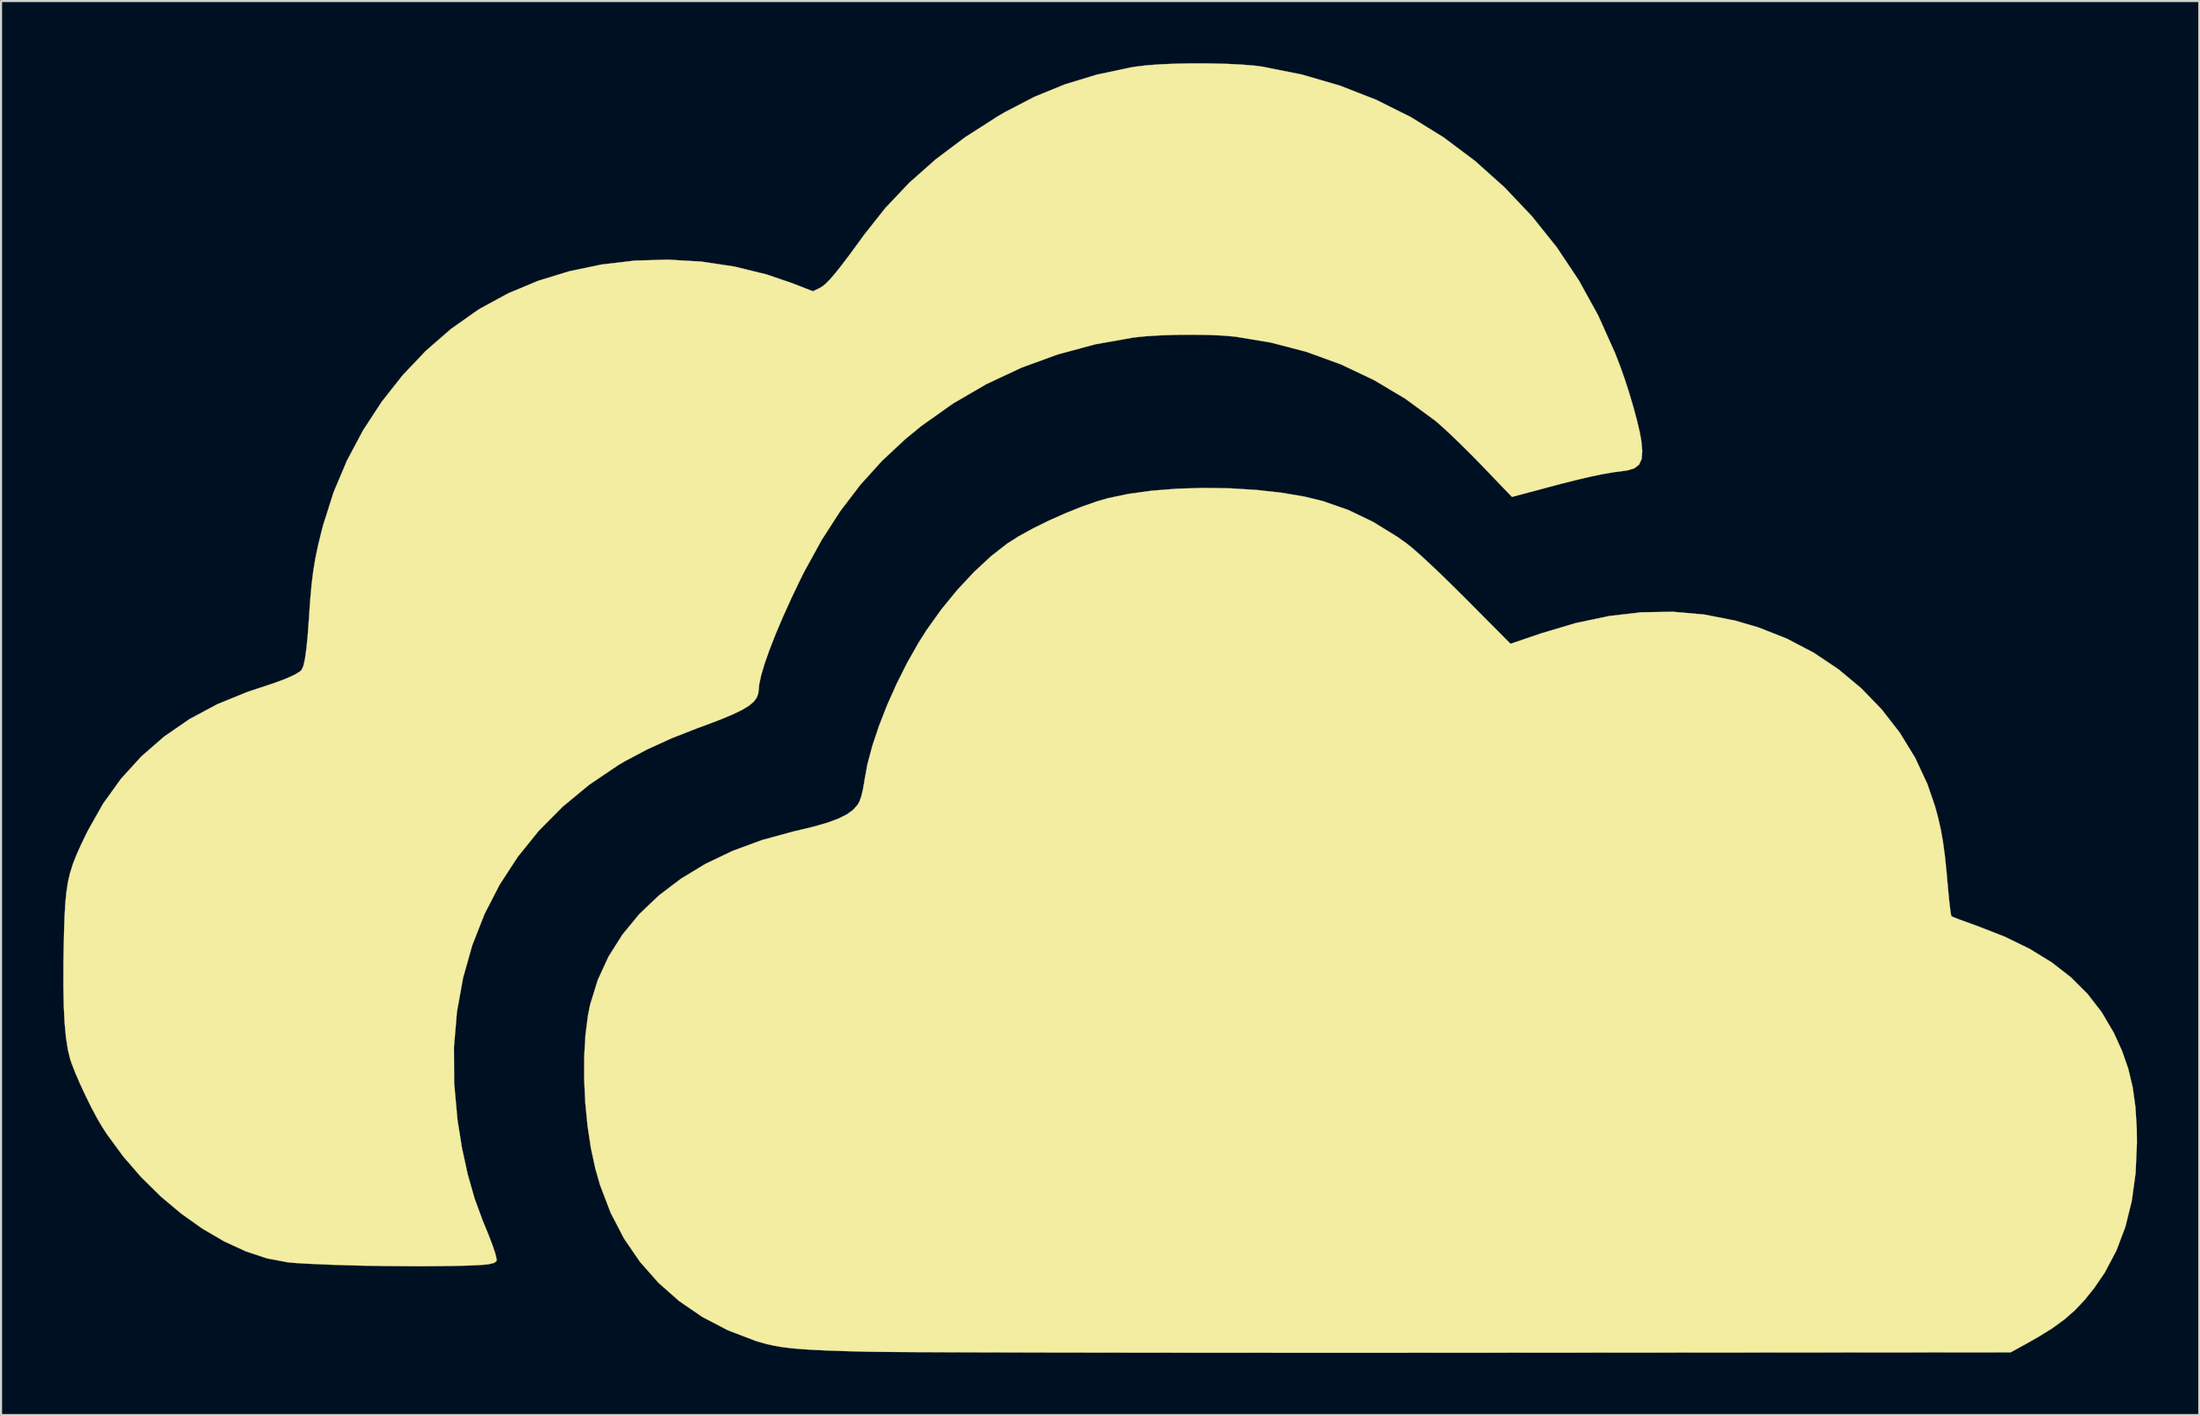
<source format=kicad_pcb>
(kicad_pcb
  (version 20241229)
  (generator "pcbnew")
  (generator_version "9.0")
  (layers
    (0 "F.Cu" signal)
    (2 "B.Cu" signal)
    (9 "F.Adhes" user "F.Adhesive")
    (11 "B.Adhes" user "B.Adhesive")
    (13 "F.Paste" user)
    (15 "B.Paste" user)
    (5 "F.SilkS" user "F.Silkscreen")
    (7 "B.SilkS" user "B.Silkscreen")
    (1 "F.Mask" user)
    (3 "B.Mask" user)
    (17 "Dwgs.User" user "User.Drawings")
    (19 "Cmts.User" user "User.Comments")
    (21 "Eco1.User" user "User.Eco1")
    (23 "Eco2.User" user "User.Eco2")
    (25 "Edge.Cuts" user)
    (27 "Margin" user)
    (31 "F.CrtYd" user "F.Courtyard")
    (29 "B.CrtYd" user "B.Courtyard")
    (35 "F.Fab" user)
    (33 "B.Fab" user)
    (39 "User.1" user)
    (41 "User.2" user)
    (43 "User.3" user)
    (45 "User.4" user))
  (footprint "onedrive_10x10_F"
    (layer "F.Cu")
    (at 49.945 31.04)
    (property "Reference" "onedrive_10x10_F" (at 0 0 0) (layer "F.SilkS") (effects (font (size 1.524 1.524) (thickness 0.3))))
    (attr through_hole)
    (fp_poly (pts (xy 6.29 -10.548) (xy 7.551 -10.471) (xy 8.755 -10.338) (xy 9.867 -10.15) (xy 10.753 -9.934) (xy 11.981 -9.505) (xy 13.176 -8.931) (xy 14.356 -8.203) (xy 14.791 -7.892) (xy 15.069 -7.669) (xy 15.448 -7.337) (xy 15.91 -6.911) (xy 16.442 -6.406) (xy 17.027 -5.836) (xy 17.65 -5.216) (xy 17.667 -5.199) (xy 19.797 -3.054) (xy 21.272 -3.556) (xy 22.934 -4.052) (xy 24.541 -4.391) (xy 26.103 -4.573) (xy 27.628 -4.598) (xy 29.124 -4.466) (xy 30.6 -4.178) (xy 31.737 -3.847) (xy 33.109 -3.306) (xy 34.401 -2.629) (xy 35.601 -1.827) (xy 36.701 -0.909) (xy 37.69 0.114) (xy 38.557 1.231) (xy 39.293 2.433) (xy 39.888 3.709) (xy 40.26 4.794) (xy 40.411 5.356) (xy 40.536 5.913) (xy 40.64 6.503) (xy 40.729 7.163) (xy 40.809 7.932) (xy 40.854 8.446) (xy 40.899 8.947) (xy 40.944 9.388) (xy 40.986 9.742) (xy 41.021 9.982) (xy 41.046 10.082) (xy 41.047 10.082) (xy 41.144 10.126) (xy 41.371 10.215) (xy 41.697 10.335) (xy 42.093 10.477) (xy 42.249 10.533) (xy 43.609 11.064) (xy 44.816 11.652) (xy 45.878 12.304) (xy 46.805 13.025) (xy 47.605 13.824) (xy 48.287 14.706) (xy 48.86 15.68) (xy 48.89 15.739) (xy 49.276 16.591) (xy 49.57 17.441) (xy 49.78 18.324) (xy 49.913 19.275) (xy 49.977 20.33) (xy 49.985 20.997) (xy 49.921 22.459) (xy 49.736 23.808) (xy 49.428 25.053) (xy 48.994 26.201) (xy 48.433 27.262) (xy 47.926 28.005) (xy 47.463 28.581) (xy 46.994 29.078) (xy 46.484 29.523) (xy 45.9 29.947) (xy 45.205 30.377) (xy 44.785 30.615) (xy 43.9 31.104) (xy 17.78 31.122) (xy 15.653 31.123) (xy 13.552 31.124) (xy 11.486 31.124) (xy 9.462 31.124) (xy 7.487 31.123) (xy 5.569 31.122) (xy 3.714 31.121) (xy 1.931 31.119) (xy 0.227 31.117) (xy -1.39 31.114) (xy -2.914 31.112) (xy -4.336 31.108) (xy -5.65 31.105) (xy -6.848 31.101) (xy -7.922 31.097) (xy -8.865 31.093) (xy -9.67 31.088) (xy -10.329 31.083) (xy -10.835 31.078) (xy -11.179 31.073) (xy -11.218 31.072) (xy -12.21 31.046) (xy -13.053 31.018) (xy -13.765 30.986) (xy -14.367 30.949) (xy -14.879 30.903) (xy -15.319 30.848) (xy -15.708 30.781) (xy -16.066 30.7) (xy -16.411 30.604) (xy -16.574 30.554) (xy -17.913 30.042) (xy -19.145 29.4) (xy -20.266 28.632) (xy -21.272 27.742) (xy -22.16 26.734) (xy -22.926 25.612) (xy -23.566 24.38) (xy -24.077 23.041) (xy -24.305 22.246) (xy -24.52 21.251) (xy -24.682 20.176) (xy -24.79 19.057) (xy -24.843 17.929) (xy -24.84 16.829) (xy -24.779 15.792) (xy -24.66 14.855) (xy -24.556 14.341) (xy -24.187 13.148) (xy -23.666 12.02) (xy -22.999 10.964) (xy -22.193 9.984) (xy -21.253 9.086) (xy -20.184 8.274) (xy -18.995 7.553) (xy -17.689 6.929) (xy -16.274 6.407) (xy -14.755 5.992) (xy -14.639 5.966) (xy -13.813 5.768) (xy -13.141 5.575) (xy -12.606 5.38) (xy -12.192 5.174) (xy -11.884 4.952) (xy -11.666 4.705) (xy -11.584 4.566) (xy -11.499 4.335) (xy -11.416 4.002) (xy -11.35 3.63) (xy -11.341 3.565) (xy -11.196 2.762) (xy -10.955 1.861) (xy -10.63 0.89) (xy -10.234 -0.121) (xy -9.779 -1.139) (xy -9.278 -2.137) (xy -8.743 -3.082) (xy -8.349 -3.706) (xy -7.638 -4.702) (xy -6.866 -5.646) (xy -6.059 -6.512) (xy -5.243 -7.27) (xy -4.463 -7.88) (xy -3.899 -8.239) (xy -3.213 -8.616) (xy -2.447 -8.994) (xy -1.644 -9.351) (xy -0.847 -9.67) (xy -0.099 -9.93) (xy 0.388 -10.071) (xy 1.395 -10.282) (xy 2.525 -10.436) (xy 3.741 -10.531) (xy 5.008 -10.568) (xy 6.29 -10.548)) (stroke (width 0.01) (type solid)) (fill yes) (layer "F.SilkS"))
    (fp_poly (pts (xy 5.325 -31.032) (xy 6.124 -31.012) (xy 6.86 -30.975) (xy 7.495 -30.922) (xy 7.857 -30.874) (xy 9.759 -30.492) (xy 11.581 -29.961) (xy 13.323 -29.28) (xy 14.986 -28.45) (xy 16.571 -27.469) (xy 18.08 -26.338) (xy 19.505 -25.063) (xy 20.837 -23.657) (xy 22.031 -22.163) (xy 23.092 -20.573) (xy 24.025 -18.879) (xy 24.836 -17.072) (xy 25.086 -16.425) (xy 25.304 -15.81) (xy 25.518 -15.146) (xy 25.716 -14.476) (xy 25.887 -13.841) (xy 26.019 -13.284) (xy 26.097 -12.868) (xy 26.147 -12.348) (xy 26.116 -11.961) (xy 25.992 -11.69) (xy 25.763 -11.513) (xy 25.42 -11.412) (xy 25.259 -11.389) (xy 24.78 -11.326) (xy 24.267 -11.239) (xy 23.692 -11.121) (xy 23.029 -10.966) (xy 22.249 -10.77) (xy 21.639 -10.609) (xy 19.867 -10.135) (xy 18.4 -11.664) (xy 17.944 -12.131) (xy 17.475 -12.597) (xy 17.023 -13.035) (xy 16.616 -13.417) (xy 16.281 -13.716) (xy 16.149 -13.826) (xy 14.727 -14.869) (xy 13.216 -15.769) (xy 11.627 -16.523) (xy 9.968 -17.127) (xy 8.249 -17.576) (xy 6.519 -17.863) (xy 5.94 -17.913) (xy 5.241 -17.944) (xy 4.469 -17.955) (xy 3.672 -17.948) (xy 2.898 -17.922) (xy 2.196 -17.878) (xy 1.651 -17.822) (xy -0.208 -17.493) (xy -2.019 -17.005) (xy -3.773 -16.364) (xy -5.458 -15.574) (xy -7.064 -14.64) (xy -8.581 -13.566) (xy -9.37 -12.92) (xy -10.501 -11.862) (xy -11.541 -10.711) (xy -12.502 -9.45) (xy -13.397 -8.061) (xy -14.24 -6.527) (xy -14.426 -6.154) (xy -14.864 -5.239) (xy -15.261 -4.36) (xy -15.611 -3.536) (xy -15.906 -2.782) (xy -16.142 -2.115) (xy -16.311 -1.551) (xy -16.407 -1.107) (xy -16.428 -0.884) (xy -16.454 -0.653) (xy -16.535 -0.445) (xy -16.685 -0.249) (xy -16.919 -0.057) (xy -17.251 0.142) (xy -17.695 0.355) (xy -18.266 0.593) (xy -18.979 0.864) (xy -19.389 1.014) (xy -20.621 1.497) (xy -21.789 2.029) (xy -22.848 2.588) (xy -23.199 2.794) (xy -24.607 3.746) (xy -25.885 4.803) (xy -27.031 5.96) (xy -28.041 7.212) (xy -28.914 8.552) (xy -29.646 9.975) (xy -30.235 11.475) (xy -30.679 13.046) (xy -30.974 14.683) (xy -31.118 16.38) (xy -31.109 18.132) (xy -30.949 19.897) (xy -30.734 21.247) (xy -30.457 22.52) (xy -30.125 23.686) (xy -29.747 24.717) (xy -29.745 24.723) (xy -29.464 25.409) (xy -29.257 25.948) (xy -29.125 26.343) (xy -29.065 26.598) (xy -29.068 26.703) (xy -29.185 26.792) (xy -29.445 26.856) (xy -29.565 26.871) (xy -29.94 26.899) (xy -30.461 26.92) (xy -31.104 26.937) (xy -31.846 26.947) (xy -32.662 26.952) (xy -33.53 26.95) (xy -34.425 26.942) (xy -35.325 26.928) (xy -35.814 26.917) (xy -36.497 26.898) (xy -37.167 26.875) (xy -37.795 26.848) (xy -38.349 26.821) (xy -38.798 26.793) (xy -39.111 26.766) (xy -39.129 26.764) (xy -40.13 26.573) (xy -41.161 26.23) (xy -42.205 25.748) (xy -43.246 25.138) (xy -44.268 24.412) (xy -45.255 23.582) (xy -46.191 22.659) (xy -47.06 21.656) (xy -47.845 20.583) (xy -48.077 20.226) (xy -48.317 19.815) (xy -48.587 19.308) (xy -48.864 18.747) (xy -49.129 18.178) (xy -49.362 17.642) (xy -49.54 17.184) (xy -49.609 16.98) (xy -49.724 16.514) (xy -49.813 15.942) (xy -49.879 15.251) (xy -49.921 14.431) (xy -49.94 13.47) (xy -49.938 12.359) (xy -49.928 11.726) (xy -49.908 10.833) (xy -49.883 10.084) (xy -49.847 9.451) (xy -49.794 8.911) (xy -49.721 8.435) (xy -49.62 7.999) (xy -49.488 7.577) (xy -49.319 7.143) (xy -49.108 6.67) (xy -48.849 6.133) (xy -48.769 5.969) (xy -48.027 4.652) (xy -47.164 3.453) (xy -46.181 2.374) (xy -45.08 1.414) (xy -43.862 0.576) (xy -42.529 -0.139) (xy -41.082 -0.73) (xy -40.584 -0.896) (xy -39.837 -1.142) (xy -39.252 -1.359) (xy -38.825 -1.548) (xy -38.552 -1.71) (xy -38.462 -1.793) (xy -38.376 -1.98) (xy -38.298 -2.33) (xy -38.226 -2.844) (xy -38.16 -3.523) (xy -38.102 -4.342) (xy -38.044 -5.185) (xy -37.979 -5.903) (xy -37.902 -6.539) (xy -37.804 -7.136) (xy -37.68 -7.739) (xy -37.523 -8.39) (xy -37.421 -8.781) (xy -36.919 -10.361) (xy -36.274 -11.888) (xy -35.497 -13.348) (xy -34.597 -14.726) (xy -33.585 -16.008) (xy -32.472 -17.18) (xy -31.267 -18.228) (xy -29.981 -19.137) (xy -29.843 -19.222) (xy -28.497 -19.954) (xy -27.063 -20.552) (xy -25.559 -21.014) (xy -24.003 -21.339) (xy -22.412 -21.526) (xy -20.805 -21.573) (xy -19.199 -21.479) (xy -17.611 -21.242) (xy -16.06 -20.862) (xy -14.819 -20.438) (xy -13.82 -20.049) (xy -13.503 -20.199) (xy -13.355 -20.288) (xy -13.185 -20.431) (xy -12.982 -20.64) (xy -12.734 -20.929) (xy -12.431 -21.311) (xy -12.061 -21.8) (xy -11.614 -22.409) (xy -11.348 -22.776) (xy -10.324 -24.069) (xy -9.179 -25.278) (xy -7.902 -26.41) (xy -6.485 -27.474) (xy -4.918 -28.479) (xy -4.568 -28.684) (xy -3.147 -29.423) (xy -1.683 -30.021) (xy -0.151 -30.489) (xy 1.478 -30.835) (xy 1.736 -30.878) (xy 2.271 -30.942) (xy 2.936 -30.99) (xy 3.693 -31.021) (xy 4.502 -31.035) (xy 5.325 -31.032)) (stroke (width 0.01) (type solid)) (fill yes) (layer "F.SilkS")))
  (gr_rect
    (start -3 -3)
    (end 102.935 65.169)
    (stroke (width 0.1) (type default))
    (fill no)
    (layer "Edge.Cuts")))
</source>
